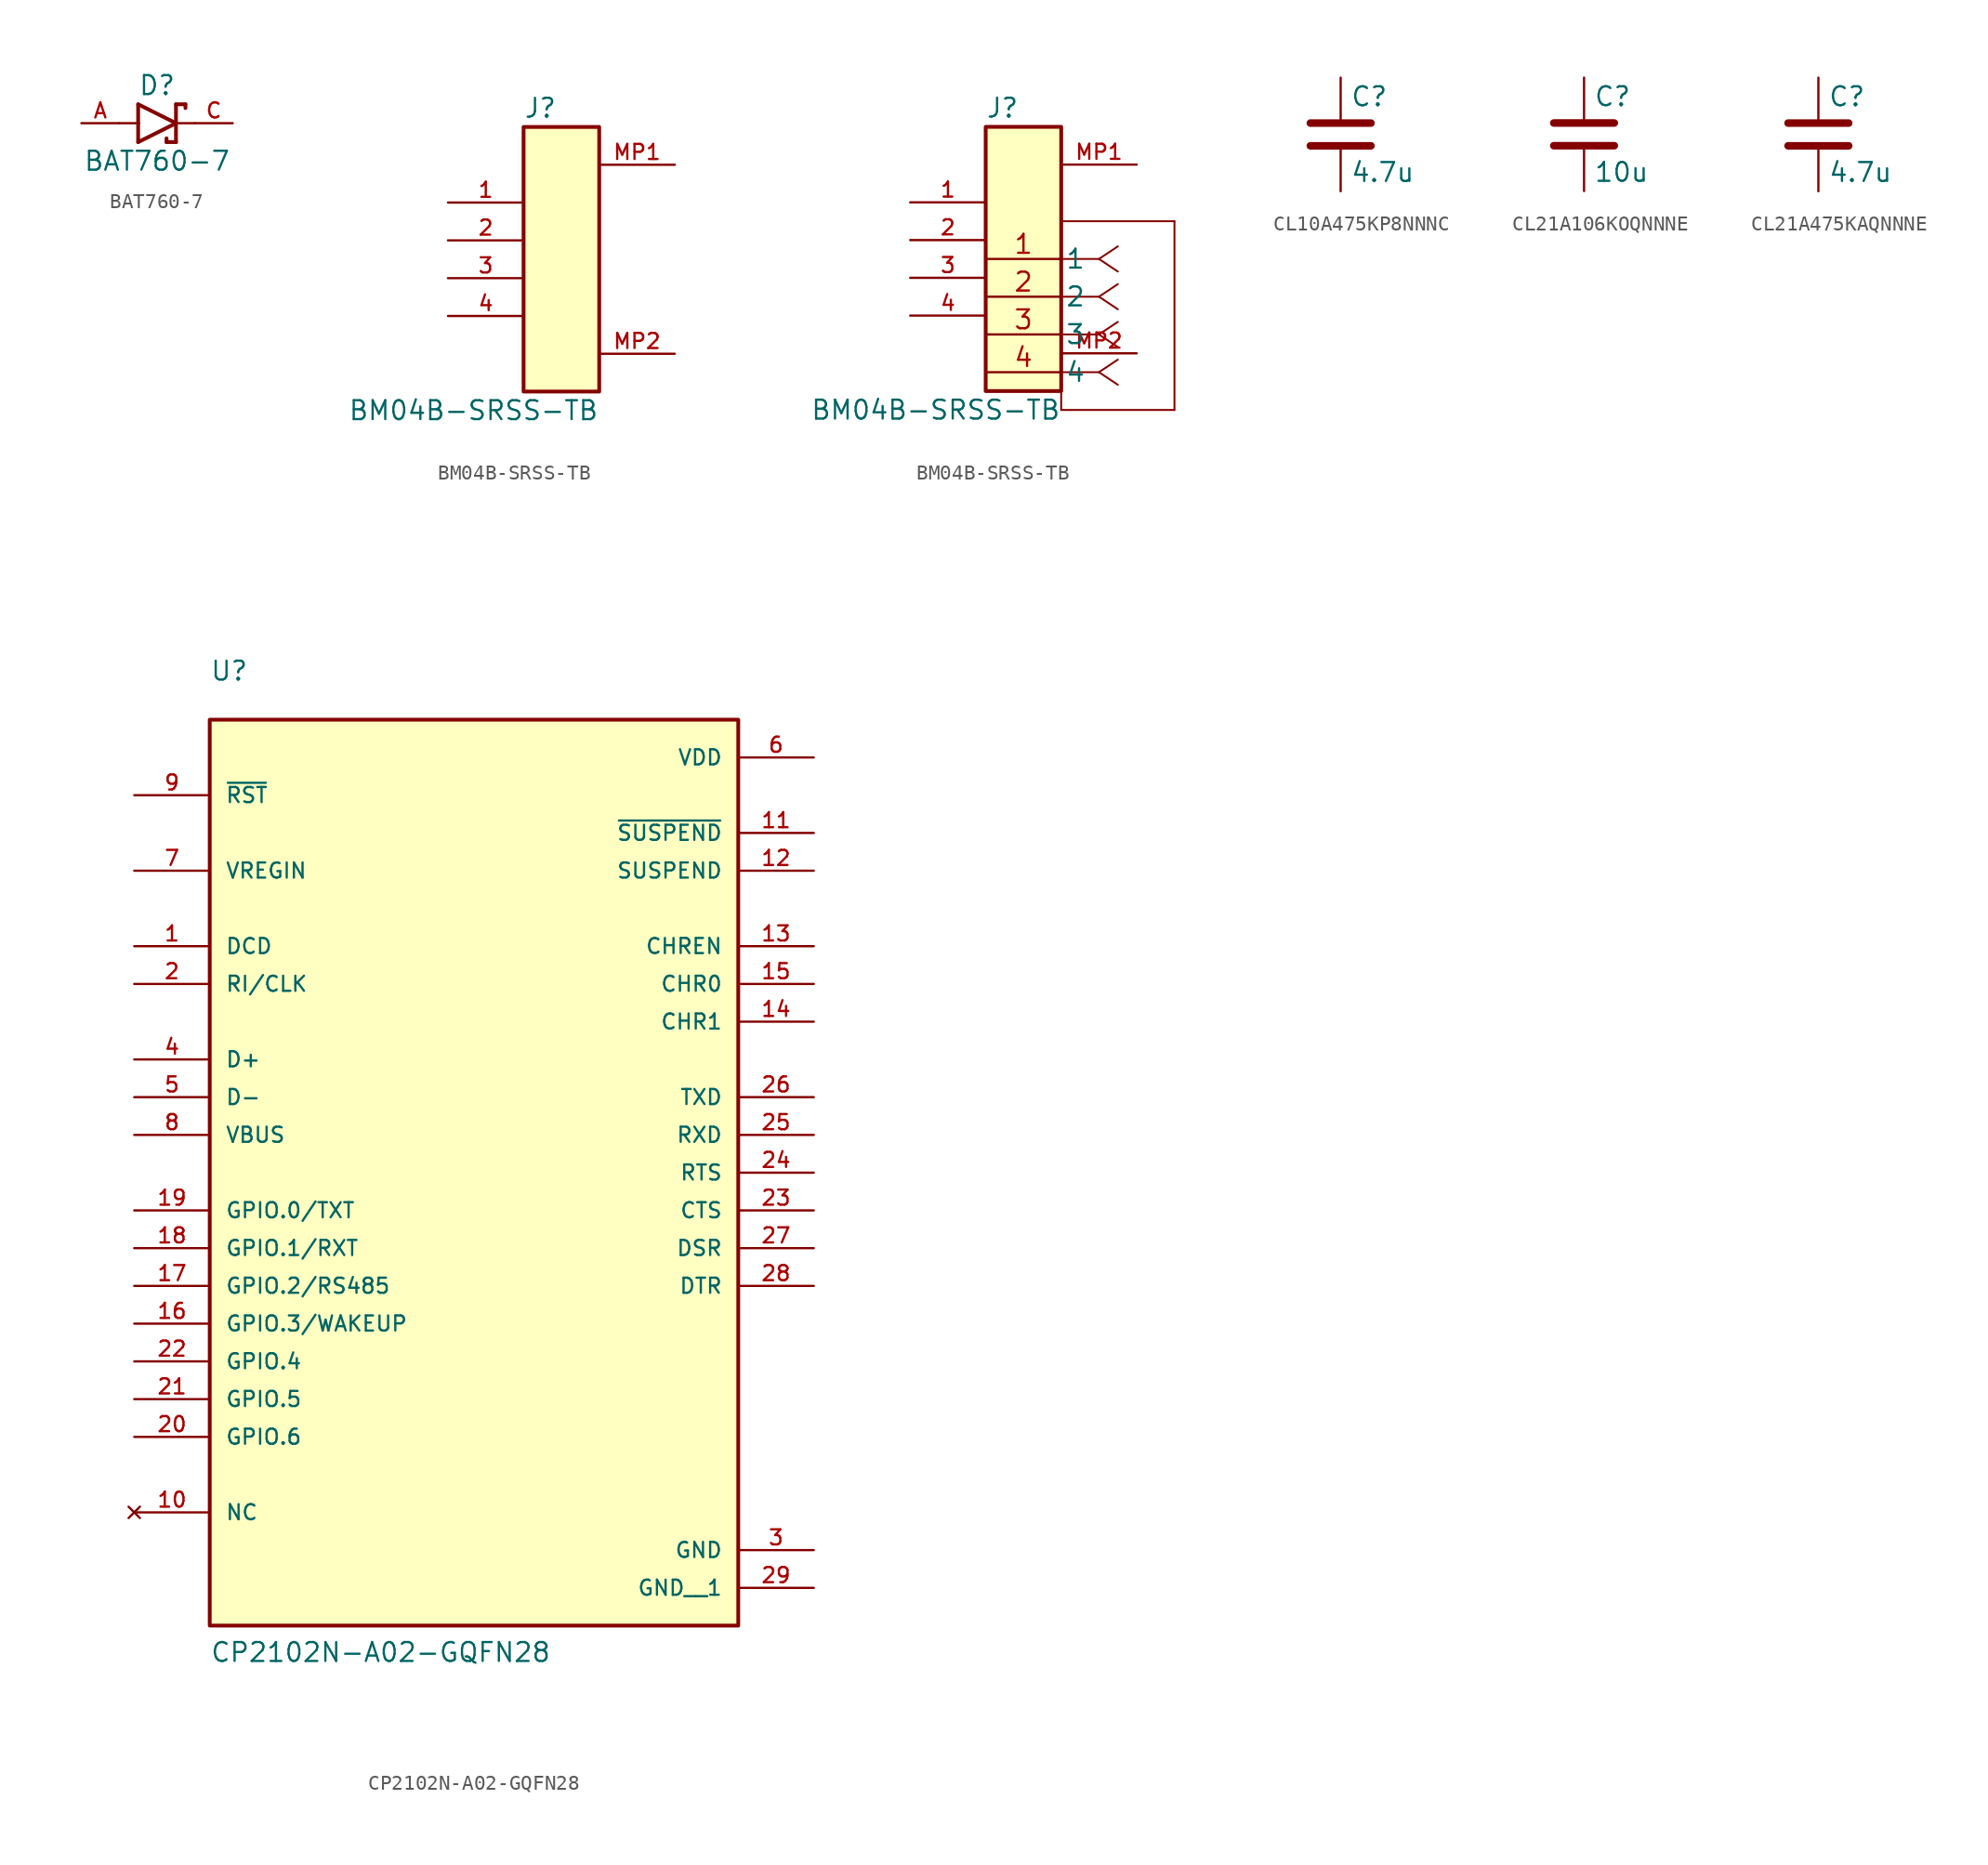
<source format=kicad_sym>
(kicad_symbol_lib
  (version 20231120)
  (generator "kicad_symbol_editor")
  (generator_version "8.0")
  (symbol "BAT760-7"
    (pin_names
      (offset 1.016))
    (property "Reference" "D"
      (at 0 2.54 0)
      (effects (font (size 1.27 1.27))))
    (property "Value" "BAT760-7"
      (at 0 -2.54 0)
      (effects (font (size 1.27 1.27))))
    (symbol "BAT760-7_0_0"
      (polyline (pts (xy -2.54 0) (xy -1.27 0)) (stroke (width 0.152) (type default)) (fill (type none)))
      (polyline (pts (xy -1.27 -1.27) (xy 1.27 0)) (stroke (width 0.254) (type default)) (fill (type none)))
      (polyline (pts (xy -1.27 0) (xy -1.27 -1.27)) (stroke (width 0.254) (type default)) (fill (type none)))
      (polyline (pts (xy -1.27 1.27) (xy -1.27 0)) (stroke (width 0.254) (type default)) (fill (type none)))
      (polyline (pts (xy 0.635 -1.016) (xy 0.635 -1.27)) (stroke (width 0.254) (type default)) (fill (type none)))
      (polyline (pts (xy 1.27 -1.27) (xy 0.635 -1.27)) (stroke (width 0.254) (type default)) (fill (type none)))
      (polyline (pts (xy 1.27 0) (xy -1.27 1.27)) (stroke (width 0.254) (type default)) (fill (type none)))
      (polyline (pts (xy 1.27 0) (xy 1.27 -1.27)) (stroke (width 0.254) (type default)) (fill (type none)))
      (polyline (pts (xy 1.27 1.27) (xy 1.27 0)) (stroke (width 0.254) (type default)) (fill (type none)))
      (polyline (pts (xy 1.905 1.27) (xy 1.27 1.27)) (stroke (width 0.254) (type default)) (fill (type none)))
      (polyline (pts (xy 1.905 1.27) (xy 1.905 1.016)) (stroke (width 0.254) (type default)) (fill (type none)))
      (polyline (pts (xy 2.54 0) (xy 1.27 0)) (stroke (width 0.152) (type default)) (fill (type none)))
      (pin passive line (at -5.08 0 0) (length 2.54) (name "~" (effects (font (size 1.016 1.016)))) (number "A" (effects (font (size 1.016 1.016)))))
      (pin passive line (at 5.08 0 180) (length 2.54) (name "~" (effects (font (size 1.016 1.016)))) (number "C" (effects (font (size 1.016 1.016)))))))
  (symbol "BM04B-SRSS-TB"
    (pin_names
      (offset 0.254))
    (property "Reference" "J"
      (at 0 10.16 0)
      (effects (font (size 1.27 1.27)) (justify left)))
    (property "Value" "BM04B-SRSS-TB"
      (at 5.08 -10.16 0)
      (effects (font (size 1.27 1.27)) (justify right)))
    (symbol "BM04B-SRSS-TB_0_0"
      (rectangle (start 0 8.89) (end 5.08 -8.89) (stroke (width 0.254) (type default)) (fill (type background))))
    (symbol "BM04B-SRSS-TB_1_0"
      (pin passive line (at -5.08 3.81 0) (length 5.08) (name "" (effects (font (size 1.016 1.016)))) (number "1" (effects (font (size 1.016 1.016)))))
      (pin passive line (at -5.08 1.27 0) (length 5.08) (name "" (effects (font (size 1.016 1.016)))) (number "2" (effects (font (size 1.016 1.016)))))
      (pin passive line (at -5.08 -1.27 0) (length 5.08) (name "" (effects (font (size 1.016 1.016)))) (number "3" (effects (font (size 1.016 1.016)))))
      (pin passive line (at -5.08 -3.81 0) (length 5.08) (name "" (effects (font (size 1.016 1.016)))) (number "4" (effects (font (size 1.016 1.016)))))
      (pin passive line (at 10.16 6.35 180) (length 5.08) (name "" (effects (font (size 1.016 1.016)))) (number "MP1" (effects (font (size 1.016 1.016)))))
      (pin passive line (at 10.16 -6.35 180) (length 5.08) (name "" (effects (font (size 1.016 1.016)))) (number "MP2" (effects (font (size 1.016 1.016))))))
    (symbol "BM04B-SRSS-TB_1_2"
      (polyline (pts (xy 5.08 -10.16) (xy 12.7 -10.16)) (stroke (width 0.127) (type default)) (fill (type none)))
      (polyline (pts (xy 5.08 2.54) (xy 5.08 -10.16)) (stroke (width 0.127) (type default)) (fill (type none)))
      (polyline (pts (xy 7.62 -7.62) (xy 5.08 -7.62)) (stroke (width 0.127) (type default)) (fill (type none)))
      (polyline (pts (xy 7.62 -7.62) (xy 8.89 -8.467)) (stroke (width 0.127) (type default)) (fill (type none)))
      (polyline (pts (xy 7.62 -7.62) (xy 8.89 -6.773)) (stroke (width 0.127) (type default)) (fill (type none)))
      (polyline (pts (xy 7.62 -5.08) (xy 5.08 -5.08)) (stroke (width 0.127) (type default)) (fill (type none)))
      (polyline (pts (xy 7.62 -5.08) (xy 8.89 -5.927)) (stroke (width 0.127) (type default)) (fill (type none)))
      (polyline (pts (xy 7.62 -5.08) (xy 8.89 -4.233)) (stroke (width 0.127) (type default)) (fill (type none)))
      (polyline (pts (xy 7.62 -2.54) (xy 5.08 -2.54)) (stroke (width 0.127) (type default)) (fill (type none)))
      (polyline (pts (xy 7.62 -2.54) (xy 8.89 -3.387)) (stroke (width 0.127) (type default)) (fill (type none)))
      (polyline (pts (xy 7.62 -2.54) (xy 8.89 -1.693)) (stroke (width 0.127) (type default)) (fill (type none)))
      (polyline (pts (xy 7.62 0) (xy 5.08 0)) (stroke (width 0.127) (type default)) (fill (type none)))
      (polyline (pts (xy 7.62 0) (xy 8.89 -0.847)) (stroke (width 0.127) (type default)) (fill (type none)))
      (polyline (pts (xy 7.62 0) (xy 8.89 0.847)) (stroke (width 0.127) (type default)) (fill (type none)))
      (polyline (pts (xy 12.7 -10.16) (xy 12.7 2.54)) (stroke (width 0.127) (type default)) (fill (type none)))
      (polyline (pts (xy 12.7 2.54) (xy 5.08 2.54)) (stroke (width 0.127) (type default)) (fill (type none)))
      (pin unspecified line (at 0 0 0) (length 5.08) (name "1" (effects (font (size 1.27 1.27)))) (number "1" (effects (font (size 1.27 1.27)))))
      (pin unspecified line (at 0 -2.54 0) (length 5.08) (name "2" (effects (font (size 1.27 1.27)))) (number "2" (effects (font (size 1.27 1.27)))))
      (pin unspecified line (at 0 -5.08 0) (length 5.08) (name "3" (effects (font (size 1.27 1.27)))) (number "3" (effects (font (size 1.27 1.27)))))
      (pin unspecified line (at 0 -7.62 0) (length 5.08) (name "4" (effects (font (size 1.27 1.27)))) (number "4" (effects (font (size 1.27 1.27)))))))
  (symbol "CL10A475KP8NNNC"
    (pin_numbers hide)
    (pin_names
      (offset 0.254))
    (property "Reference" "C"
      (at 0.635 2.54 0)
      (effects (font (size 1.27 1.27)) (justify left)))
    (property "Value" "4.7u"
      (at 0.635 -2.54 0)
      (effects (font (size 1.27 1.27)) (justify left)))
    (symbol "CL10A475KP8NNNC_0_1"
      (polyline (pts (xy -2.032 -0.762) (xy 2.032 -0.762)) (stroke (width 0.508) (type default)) (fill (type none)))
      (polyline (pts (xy -2.032 0.762) (xy 2.032 0.762)) (stroke (width 0.508) (type default)) (fill (type none))))
    (symbol "CL10A475KP8NNNC_1_1"
      (pin passive line (at 0 3.81 270) (length 2.794) (name "~" (effects (font (size 1.27 1.27)))) (number "1" (effects (font (size 1.27 1.27)))))
      (pin passive line (at 0 -3.81 90) (length 2.794) (name "~" (effects (font (size 1.27 1.27)))) (number "2" (effects (font (size 1.27 1.27)))))))
  (symbol "CL21A106KOQNNNE"
    (pin_numbers hide)
    (pin_names
      (offset 0.254))
    (property "Reference" "C"
      (at 0.635 2.54 0)
      (effects (font (size 1.27 1.27)) (justify left)))
    (property "Value" "10u"
      (at 0.635 -2.54 0)
      (effects (font (size 1.27 1.27)) (justify left)))
    (symbol "CL21A106KOQNNNE_0_1"
      (polyline (pts (xy -2.032 -0.762) (xy 2.032 -0.762)) (stroke (width 0.508) (type default)) (fill (type none)))
      (polyline (pts (xy -2.032 0.762) (xy 2.032 0.762)) (stroke (width 0.508) (type default)) (fill (type none))))
    (symbol "CL21A106KOQNNNE_1_1"
      (pin passive line (at 0 3.81 270) (length 2.794) (name "~" (effects (font (size 1.27 1.27)))) (number "1" (effects (font (size 1.27 1.27)))))
      (pin passive line (at 0 -3.81 90) (length 2.794) (name "~" (effects (font (size 1.27 1.27)))) (number "2" (effects (font (size 1.27 1.27)))))))
  (symbol "CL21A475KAQNNNE"
    (pin_numbers hide)
    (pin_names
      (offset 0.254))
    (property "Reference" "C"
      (at 0.635 2.54 0)
      (effects (font (size 1.27 1.27)) (justify left)))
    (property "Value" "4.7u"
      (at 0.635 -2.54 0)
      (effects (font (size 1.27 1.27)) (justify left)))
    (symbol "CL21A475KAQNNNE_0_1"
      (polyline (pts (xy -2.032 -0.762) (xy 2.032 -0.762)) (stroke (width 0.508) (type default)) (fill (type none)))
      (polyline (pts (xy -2.032 0.762) (xy 2.032 0.762)) (stroke (width 0.508) (type default)) (fill (type none))))
    (symbol "CL21A475KAQNNNE_1_1"
      (pin passive line (at 0 3.81 270) (length 2.794) (name "~" (effects (font (size 1.27 1.27)))) (number "1" (effects (font (size 1.27 1.27)))))
      (pin passive line (at 0 -3.81 90) (length 2.794) (name "~" (effects (font (size 1.27 1.27)))) (number "2" (effects (font (size 1.27 1.27)))))))
  (symbol "CP2102N-A02-GQFN28"
    (pin_names
      (offset 1.016))
    (property "Reference" "U"
      (at -17.78 33.02 0)
      (effects (font (size 1.27 1.27)) (justify left bottom)))
    (property "Value" "CP2102N-A02-GQFN28"
      (at -17.78 -33.02 0)
      (effects (font (size 1.27 1.27)) (justify left bottom)))
    (symbol "CP2102N-A02-GQFN28_0_0"
      (rectangle (start -17.78 -30.48) (end 17.78 30.48) (stroke (width 0.254) (type default)) (fill (type background)))
      (pin input line (at -22.86 15.24 0) (length 5.08) (name "DCD" (effects (font (size 1.016 1.016)))) (number "1" (effects (font (size 1.016 1.016)))))
      (pin no_connect line (at -22.86 -22.86 0) (length 5.08) (name "NC" (effects (font (size 1.016 1.016)))) (number "10" (effects (font (size 1.016 1.016)))))
      (pin output line (at 22.86 22.86 180) (length 5.08) (name "~{SUSPEND}" (effects (font (size 1.016 1.016)))) (number "11" (effects (font (size 1.016 1.016)))))
      (pin output line (at 22.86 20.32 180) (length 5.08) (name "SUSPEND" (effects (font (size 1.016 1.016)))) (number "12" (effects (font (size 1.016 1.016)))))
      (pin output line (at 22.86 15.24 180) (length 5.08) (name "CHREN" (effects (font (size 1.016 1.016)))) (number "13" (effects (font (size 1.016 1.016)))))
      (pin output line (at 22.86 10.16 180) (length 5.08) (name "CHR1" (effects (font (size 1.016 1.016)))) (number "14" (effects (font (size 1.016 1.016)))))
      (pin output line (at 22.86 12.7 180) (length 5.08) (name "CHR0" (effects (font (size 1.016 1.016)))) (number "15" (effects (font (size 1.016 1.016)))))
      (pin bidirectional line (at -22.86 -10.16 0) (length 5.08) (name "GPIO.3/WAKEUP" (effects (font (size 1.016 1.016)))) (number "16" (effects (font (size 1.016 1.016)))))
      (pin bidirectional line (at -22.86 -7.62 0) (length 5.08) (name "GPIO.2/RS485" (effects (font (size 1.016 1.016)))) (number "17" (effects (font (size 1.016 1.016)))))
      (pin bidirectional line (at -22.86 -5.08 0) (length 5.08) (name "GPIO.1/RXT" (effects (font (size 1.016 1.016)))) (number "18" (effects (font (size 1.016 1.016)))))
      (pin bidirectional line (at -22.86 -2.54 0) (length 5.08) (name "GPIO.0/TXT" (effects (font (size 1.016 1.016)))) (number "19" (effects (font (size 1.016 1.016)))))
      (pin bidirectional line (at -22.86 12.7 0) (length 5.08) (name "RI/CLK" (effects (font (size 1.016 1.016)))) (number "2" (effects (font (size 1.016 1.016)))))
      (pin bidirectional line (at -22.86 -17.78 0) (length 5.08) (name "GPIO.6" (effects (font (size 1.016 1.016)))) (number "20" (effects (font (size 1.016 1.016)))))
      (pin bidirectional line (at -22.86 -15.24 0) (length 5.08) (name "GPIO.5" (effects (font (size 1.016 1.016)))) (number "21" (effects (font (size 1.016 1.016)))))
      (pin bidirectional line (at -22.86 -12.7 0) (length 5.08) (name "GPIO.4" (effects (font (size 1.016 1.016)))) (number "22" (effects (font (size 1.016 1.016)))))
      (pin input line (at 22.86 -2.54 180) (length 5.08) (name "CTS" (effects (font (size 1.016 1.016)))) (number "23" (effects (font (size 1.016 1.016)))))
      (pin output line (at 22.86 0 180) (length 5.08) (name "RTS" (effects (font (size 1.016 1.016)))) (number "24" (effects (font (size 1.016 1.016)))))
      (pin input line (at 22.86 2.54 180) (length 5.08) (name "RXD" (effects (font (size 1.016 1.016)))) (number "25" (effects (font (size 1.016 1.016)))))
      (pin output line (at 22.86 5.08 180) (length 5.08) (name "TXD" (effects (font (size 1.016 1.016)))) (number "26" (effects (font (size 1.016 1.016)))))
      (pin input line (at 22.86 -5.08 180) (length 5.08) (name "DSR" (effects (font (size 1.016 1.016)))) (number "27" (effects (font (size 1.016 1.016)))))
      (pin output line (at 22.86 -7.62 180) (length 5.08) (name "DTR" (effects (font (size 1.016 1.016)))) (number "28" (effects (font (size 1.016 1.016)))))
      (pin power_in line (at 22.86 -27.94 180) (length 5.08) (name "GND__1" (effects (font (size 1.016 1.016)))) (number "29" (effects (font (size 1.016 1.016)))))
      (pin power_in line (at 22.86 -25.4 180) (length 5.08) (name "GND" (effects (font (size 1.016 1.016)))) (number "3" (effects (font (size 1.016 1.016)))))
      (pin bidirectional line (at -22.86 7.62 0) (length 5.08) (name "D+" (effects (font (size 1.016 1.016)))) (number "4" (effects (font (size 1.016 1.016)))))
      (pin bidirectional line (at -22.86 5.08 0) (length 5.08) (name "D-" (effects (font (size 1.016 1.016)))) (number "5" (effects (font (size 1.016 1.016)))))
      (pin power_in line (at 22.86 27.94 180) (length 5.08) (name "VDD" (effects (font (size 1.016 1.016)))) (number "6" (effects (font (size 1.016 1.016)))))
      (pin input line (at -22.86 20.32 0) (length 5.08) (name "VREGIN" (effects (font (size 1.016 1.016)))) (number "7" (effects (font (size 1.016 1.016)))))
      (pin input line (at -22.86 2.54 0) (length 5.08) (name "VBUS" (effects (font (size 1.016 1.016)))) (number "8" (effects (font (size 1.016 1.016)))))
      (pin input line (at -22.86 25.4 0) (length 5.08) (name "~{RST}" (effects (font (size 1.016 1.016)))) (number "9" (effects (font (size 1.016 1.016))))))))
</source>
